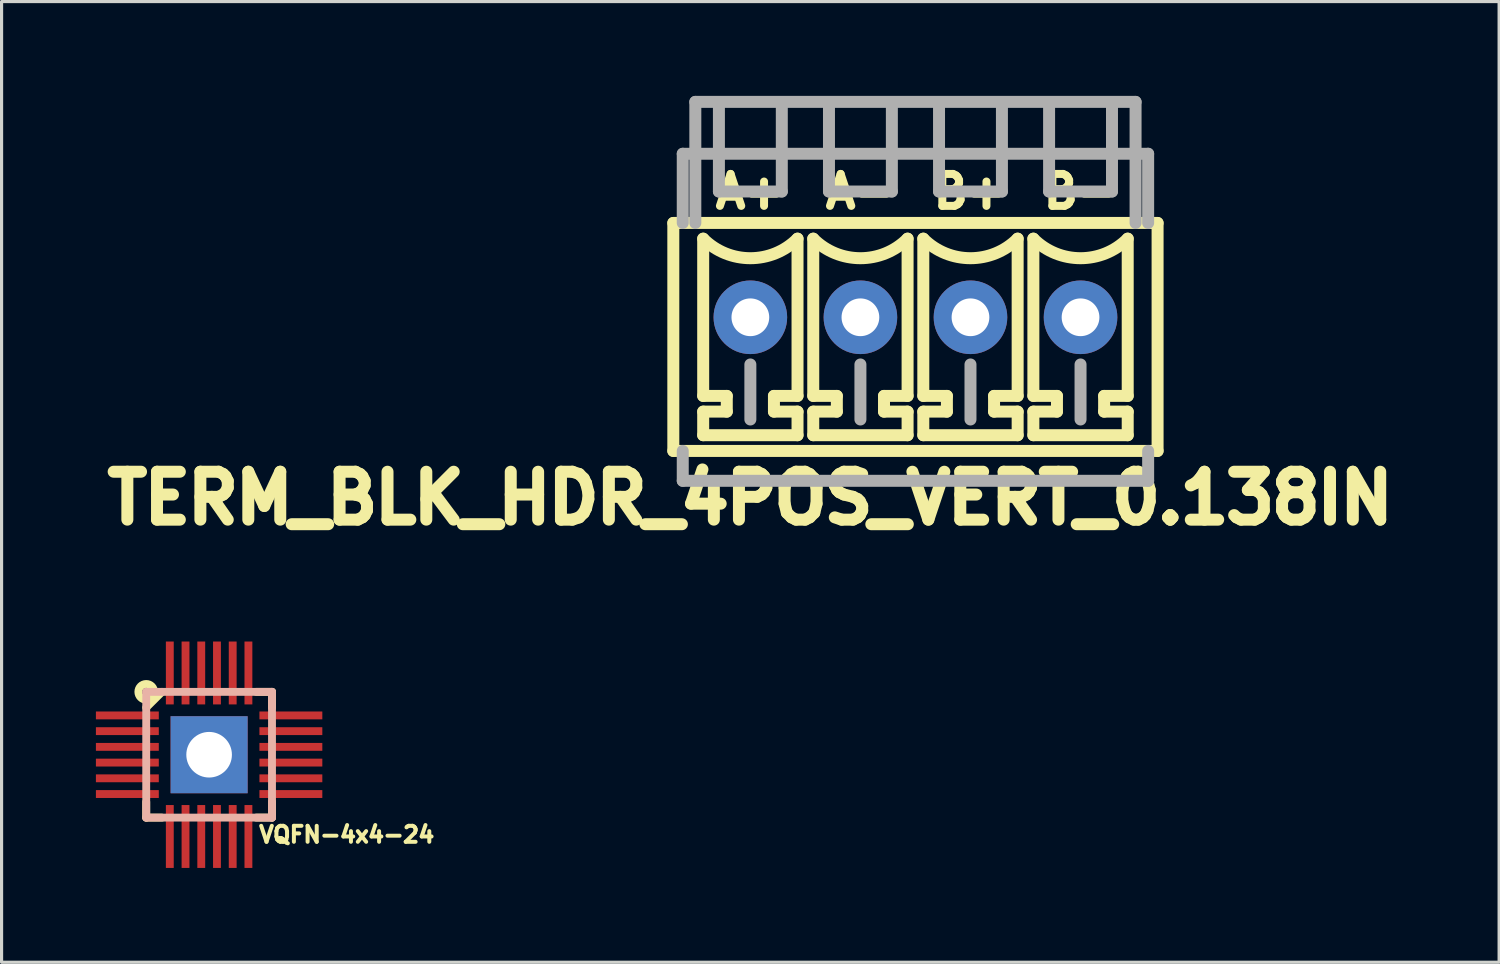
<source format=kicad_pcb>
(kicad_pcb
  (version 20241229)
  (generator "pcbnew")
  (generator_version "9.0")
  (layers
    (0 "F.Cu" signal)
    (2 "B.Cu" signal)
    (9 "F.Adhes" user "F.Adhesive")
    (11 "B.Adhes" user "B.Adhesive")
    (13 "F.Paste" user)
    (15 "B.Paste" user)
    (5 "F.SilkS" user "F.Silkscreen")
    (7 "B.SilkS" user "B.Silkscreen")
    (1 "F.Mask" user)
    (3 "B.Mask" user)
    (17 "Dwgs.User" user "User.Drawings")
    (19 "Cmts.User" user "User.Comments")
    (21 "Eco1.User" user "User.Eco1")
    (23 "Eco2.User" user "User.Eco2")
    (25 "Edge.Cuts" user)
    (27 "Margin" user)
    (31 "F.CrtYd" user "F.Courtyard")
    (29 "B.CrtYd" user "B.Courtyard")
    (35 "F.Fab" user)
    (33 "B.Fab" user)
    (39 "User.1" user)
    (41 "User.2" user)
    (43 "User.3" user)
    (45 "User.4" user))
  (footprint "TERM_BLK_HDR_4POS_VERT_0.138IN"
    (layer "F.Cu")
    (at 26.062 7.04)
    (property "Reference" "TERM_BLK_HDR_4POS_VERT_0.138IN" (at -5.25 5.75 180) (layer "F.SilkS") (effects (font (size 1.524 1.524) (thickness 0.381))))
    (attr through_hole)
    (fp_line (start -7.7 -3) (end -7.7 4.25) (stroke (width 0.381) (type solid)) (layer "F.SilkS"))
    (fp_line (start -6.75 -2.5) (end -6.75 2.5) (stroke (width 0.381) (type solid)) (layer "F.SilkS"))
    (fp_line (start -6.75 2.5) (end -6 2.5) (stroke (width 0.381) (type solid)) (layer "F.SilkS"))
    (fp_line (start -6.75 3) (end -6.75 3.75) (stroke (width 0.381) (type solid)) (layer "F.SilkS"))
    (fp_line (start -6.75 3.75) (end -3.75 3.75) (stroke (width 0.381) (type solid)) (layer "F.SilkS"))
    (fp_line (start -6 2.5) (end -6 3) (stroke (width 0.381) (type solid)) (layer "F.SilkS"))
    (fp_line (start -6 3) (end -6.75 3) (stroke (width 0.381) (type solid)) (layer "F.SilkS"))
    (fp_line (start -4.5 2.5) (end -4.5 3) (stroke (width 0.381) (type solid)) (layer "F.SilkS"))
    (fp_line (start -4.5 3) (end -3.75 3) (stroke (width 0.381) (type solid)) (layer "F.SilkS"))
    (fp_line (start -3.75 -2.5) (end -3.75 2.5) (stroke (width 0.381) (type solid)) (layer "F.SilkS"))
    (fp_line (start -3.75 2.5) (end -4.5 2.5) (stroke (width 0.381) (type solid)) (layer "F.SilkS"))
    (fp_line (start -3.75 3) (end -3.75 3.75) (stroke (width 0.381) (type solid)) (layer "F.SilkS"))
    (fp_line (start -3.25 -2.5) (end -3.25 2.5) (stroke (width 0.381) (type solid)) (layer "F.SilkS"))
    (fp_line (start -3.25 2.5) (end -2.5 2.5) (stroke (width 0.381) (type solid)) (layer "F.SilkS"))
    (fp_line (start -3.25 3) (end -3.25 3.75) (stroke (width 0.381) (type solid)) (layer "F.SilkS"))
    (fp_line (start -3.25 3.75) (end -0.25 3.75) (stroke (width 0.381) (type solid)) (layer "F.SilkS"))
    (fp_line (start -2.5 2.5) (end -2.5 3) (stroke (width 0.381) (type solid)) (layer "F.SilkS"))
    (fp_line (start -2.5 3) (end -3.25 3) (stroke (width 0.381) (type solid)) (layer "F.SilkS"))
    (fp_line (start -1 2.5) (end -1 3) (stroke (width 0.381) (type solid)) (layer "F.SilkS"))
    (fp_line (start -1 3) (end -0.25 3) (stroke (width 0.381) (type solid)) (layer "F.SilkS"))
    (fp_line (start -0.25 -2.5) (end -0.25 2.5) (stroke (width 0.381) (type solid)) (layer "F.SilkS"))
    (fp_line (start -0.25 2.5) (end -1 2.5) (stroke (width 0.381) (type solid)) (layer "F.SilkS"))
    (fp_line (start -0.25 3) (end -0.25 3.75) (stroke (width 0.381) (type solid)) (layer "F.SilkS"))
    (fp_line (start 0.25 -2.5) (end 0.25 2.5) (stroke (width 0.381) (type solid)) (layer "F.SilkS"))
    (fp_line (start 0.25 2.5) (end 1 2.5) (stroke (width 0.381) (type solid)) (layer "F.SilkS"))
    (fp_line (start 0.25 3) (end 0.25 3.75) (stroke (width 0.381) (type solid)) (layer "F.SilkS"))
    (fp_line (start 0.25 3.75) (end 3.25 3.75) (stroke (width 0.381) (type solid)) (layer "F.SilkS"))
    (fp_line (start 1 2.5) (end 1 3) (stroke (width 0.381) (type solid)) (layer "F.SilkS"))
    (fp_line (start 1 3) (end 0.25 3) (stroke (width 0.381) (type solid)) (layer "F.SilkS"))
    (fp_line (start 2.5 2.5) (end 2.5 3) (stroke (width 0.381) (type solid)) (layer "F.SilkS"))
    (fp_line (start 2.5 3) (end 3.25 3) (stroke (width 0.381) (type solid)) (layer "F.SilkS"))
    (fp_line (start 3.25 -2.5) (end 3.25 2.5) (stroke (width 0.381) (type solid)) (layer "F.SilkS"))
    (fp_line (start 3.25 2.5) (end 2.5 2.5) (stroke (width 0.381) (type solid)) (layer "F.SilkS"))
    (fp_line (start 3.25 3) (end 3.25 3.75) (stroke (width 0.381) (type solid)) (layer "F.SilkS"))
    (fp_line (start 3.75 -2.5) (end 3.75 2.5) (stroke (width 0.381) (type solid)) (layer "F.SilkS"))
    (fp_line (start 3.75 2.5) (end 4.5 2.5) (stroke (width 0.381) (type solid)) (layer "F.SilkS"))
    (fp_line (start 3.75 3) (end 3.75 3.75) (stroke (width 0.381) (type solid)) (layer "F.SilkS"))
    (fp_line (start 3.75 3.75) (end 6.75 3.75) (stroke (width 0.381) (type solid)) (layer "F.SilkS"))
    (fp_line (start 4.5 2.5) (end 4.5 3) (stroke (width 0.381) (type solid)) (layer "F.SilkS"))
    (fp_line (start 4.5 3) (end 3.75 3) (stroke (width 0.381) (type solid)) (layer "F.SilkS"))
    (fp_line (start 6 2.5) (end 6 3) (stroke (width 0.381) (type solid)) (layer "F.SilkS"))
    (fp_line (start 6 3) (end 6.75 3) (stroke (width 0.381) (type solid)) (layer "F.SilkS"))
    (fp_line (start 6.75 -2.5) (end 6.75 2.5) (stroke (width 0.381) (type solid)) (layer "F.SilkS"))
    (fp_line (start 6.75 2.5) (end 6 2.5) (stroke (width 0.381) (type solid)) (layer "F.SilkS"))
    (fp_line (start 6.75 3) (end 6.75 3.75) (stroke (width 0.381) (type solid)) (layer "F.SilkS"))
    (fp_line (start 7.7 -3) (end -7.7 -3) (stroke (width 0.381) (type solid)) (layer "F.SilkS"))
    (fp_line (start 7.7 -3) (end 7.7 4.25) (stroke (width 0.381) (type solid)) (layer "F.SilkS"))
    (fp_line (start 7.7 4.25) (end -7.7 4.25) (stroke (width 0.381) (type solid)) (layer "F.SilkS"))
    (fp_arc (start -3.75 -2.5) (mid -5.25 -1.87868) (end -6.75 -2.5) (stroke (width 0.381) (type solid)) (layer "F.SilkS"))
    (fp_arc (start -0.25 -2.5) (mid -1.75 -1.87868) (end -3.25 -2.5) (stroke (width 0.381) (type solid)) (layer "F.SilkS"))
    (fp_arc (start 3.25 -2.5) (mid 1.75 -1.87868) (end 0.25 -2.5) (stroke (width 0.381) (type solid)) (layer "F.SilkS"))
    (fp_arc (start 6.75 -2.5) (mid 5.25 -1.87868) (end 3.75 -2.5) (stroke (width 0.381) (type solid)) (layer "F.SilkS"))
    (fp_line (start -7.4 -5.2) (end 7.4 -5.2) (stroke (width 0.381) (type solid)) (layer "F.Fab"))
    (fp_line (start -7.4 -3) (end -7.4 -5.2) (stroke (width 0.381) (type solid)) (layer "F.Fab"))
    (fp_line (start -7.4 4.25) (end -7.4 5.2) (stroke (width 0.381) (type solid)) (layer "F.Fab"))
    (fp_line (start -7.4 5.2) (end 7.4 5.2) (stroke (width 0.381) (type solid)) (layer "F.Fab"))
    (fp_line (start -7 -6.85) (end 7 -6.85) (stroke (width 0.381) (type solid)) (layer "F.Fab"))
    (fp_line (start -7 -3) (end -7 -6.85) (stroke (width 0.381) (type solid)) (layer "F.Fab"))
    (fp_line (start -6.25 -6.75) (end -6.25 -4) (stroke (width 0.381) (type solid)) (layer "F.Fab"))
    (fp_line (start -6.25 -4) (end -4.25 -4) (stroke (width 0.381) (type solid)) (layer "F.Fab"))
    (fp_line (start -5.25 1.5) (end -5.25 3.25) (stroke (width 0.381) (type solid)) (layer "F.Fab"))
    (fp_line (start -4.25 -4) (end -4.25 -6.75) (stroke (width 0.381) (type solid)) (layer "F.Fab"))
    (fp_line (start -2.75 -6.75) (end -2.75 -4) (stroke (width 0.381) (type solid)) (layer "F.Fab"))
    (fp_line (start -2.75 -4) (end -0.75 -4) (stroke (width 0.381) (type solid)) (layer "F.Fab"))
    (fp_line (start -1.75 1.5) (end -1.75 3.25) (stroke (width 0.381) (type solid)) (layer "F.Fab"))
    (fp_line (start -0.75 -4) (end -0.75 -6.75) (stroke (width 0.381) (type solid)) (layer "F.Fab"))
    (fp_line (start 0.75 -6.75) (end 0.75 -4) (stroke (width 0.381) (type solid)) (layer "F.Fab"))
    (fp_line (start 0.75 -4) (end 2.75 -4) (stroke (width 0.381) (type solid)) (layer "F.Fab"))
    (fp_line (start 1.75 1.5) (end 1.75 3.25) (stroke (width 0.381) (type solid)) (layer "F.Fab"))
    (fp_line (start 2.75 -4) (end 2.75 -6.75) (stroke (width 0.381) (type solid)) (layer "F.Fab"))
    (fp_line (start 4.25 -6.75) (end 4.25 -4) (stroke (width 0.381) (type solid)) (layer "F.Fab"))
    (fp_line (start 4.25 -4) (end 6.25 -4) (stroke (width 0.381) (type solid)) (layer "F.Fab"))
    (fp_line (start 5.25 1.5) (end 5.25 3.25) (stroke (width 0.381) (type solid)) (layer "F.Fab"))
    (fp_line (start 6.25 -4) (end 6.25 -6.75) (stroke (width 0.381) (type solid)) (layer "F.Fab"))
    (fp_line (start 7 -6.85) (end 7 -3) (stroke (width 0.381) (type solid)) (layer "F.Fab"))
    (fp_line (start 7.4 -5.2) (end 7.4 -3) (stroke (width 0.381) (type solid)) (layer "F.Fab"))
    (fp_line (start 7.4 5.2) (end 7.4 4.25) (stroke (width 0.381) (type solid)) (layer "F.Fab"))
    (fp_text user "B+" (at 1.75 -4 0) (layer "F.SilkS") (effects (font (size 1.016 1.016) (thickness 0.254))))
    (fp_text user "A+" (at -5.25 -4 0) (layer "F.SilkS") (effects (font (size 1.016 1.016) (thickness 0.254))))
    (fp_text user "A-" (at -1.75 -4 0) (layer "F.SilkS") (effects (font (size 1.016 1.016) (thickness 0.254))))
    (fp_text user "B-" (at 5.25 -4 0) (layer "F.SilkS") (effects (font (size 1.016 1.016) (thickness 0.254))))
    (pad "1" thru_hole circle (at 5.25 0) (size 2.34 2.34) (drill 1.2) (layers "*.Cu" "*.Mask"))
    (pad "2" thru_hole circle (at 1.75 0) (size 2.34 2.34) (drill 1.2) (layers "*.Cu" "*.Mask"))
    (pad "3" thru_hole circle (at -1.75 0) (size 2.34 2.34) (drill 1.2) (layers "*.Cu" "*.Mask"))
    (pad "4" thru_hole circle (at -5.25 0) (size 2.34 2.34) (drill 1.2) (layers "*.Cu" "*.Mask")))
  (footprint "VQFN-4x4-24"
    (layer "F.Cu")
    (at 3.6 20.951)
    (property "Reference" "VQFN-4x4-24" (at 1.524 2.54 0) (layer "F.SilkS") (effects (font (size 0.508 0.508) (thickness 0.127)) (justify left)))
    (attr through_hole)
    (fp_line (start -2 1.5) (end -2 2) (stroke (width 0.25) (type solid)) (layer "F.SilkS"))
    (fp_line (start -2 2) (end -1.5 2) (stroke (width 0.25) (type solid)) (layer "F.SilkS"))
    (fp_line (start -1.5 -2) (end -2 -1.5) (stroke (width 0.25) (type solid)) (layer "F.SilkS"))
    (fp_line (start 1.5 -2) (end 2 -2) (stroke (width 0.25) (type solid)) (layer "F.SilkS"))
    (fp_line (start 2 -2) (end 2 -1.5) (stroke (width 0.25) (type solid)) (layer "F.SilkS"))
    (fp_line (start 2 1.5) (end 2 2) (stroke (width 0.25) (type solid)) (layer "F.SilkS"))
    (fp_line (start 2 2) (end 1.5 2) (stroke (width 0.25) (type solid)) (layer "F.SilkS"))
    (fp_circle (center -2 -2) (end -2 -2.25) (stroke (width 0.25) (type solid)) (fill no) (layer "F.SilkS"))
    (fp_line (start -2 -2) (end -2 2) (stroke (width 0.25) (type solid)) (layer "B.SilkS"))
    (fp_line (start -2 2) (end 2 2) (stroke (width 0.25) (type solid)) (layer "B.SilkS"))
    (fp_line (start 2 -2) (end -2 -2) (stroke (width 0.25) (type solid)) (layer "B.SilkS"))
    (fp_line (start 2 2) (end 2 -2) (stroke (width 0.25) (type solid)) (layer "B.SilkS"))
    (pad "1" smd rect (at -2.6 -1.25) (size 2 0.25) (layers "F.Cu" "F.Mask" "F.Paste"))
    (pad "2" smd rect (at -2.6 -0.75) (size 2 0.25) (layers "F.Cu" "F.Mask" "F.Paste"))
    (pad "3" smd rect (at -2.6 -0.25) (size 2 0.25) (layers "F.Cu" "F.Mask" "F.Paste"))
    (pad "4" smd rect (at -2.6 0.25) (size 2 0.25) (layers "F.Cu" "F.Mask" "F.Paste"))
    (pad "5" smd rect (at -2.6 0.75) (size 2 0.25) (layers "F.Cu" "F.Mask" "F.Paste"))
    (pad "6" smd rect (at -2.6 1.25) (size 2 0.25) (layers "F.Cu" "F.Mask" "F.Paste"))
    (pad "7" smd rect (at -1.25 2.6) (size 0.25 2) (layers "F.Cu" "F.Mask" "F.Paste"))
    (pad "8" smd rect (at -0.75 2.6) (size 0.25 2) (layers "F.Cu" "F.Mask" "F.Paste"))
    (pad "9" smd rect (at -0.25 2.6) (size 0.25 2) (layers "F.Cu" "F.Mask" "F.Paste"))
    (pad "10" smd rect (at 0.25 2.6) (size 0.25 2) (layers "F.Cu" "F.Mask" "F.Paste"))
    (pad "11" smd rect (at 0.75 2.6) (size 0.25 2) (layers "F.Cu" "F.Mask" "F.Paste"))
    (pad "12" smd rect (at 1.25 2.6) (size 0.25 2) (layers "F.Cu" "F.Mask" "F.Paste"))
    (pad "13" smd rect (at 2.6 1.25) (size 2 0.25) (layers "F.Cu" "F.Mask" "F.Paste"))
    (pad "14" smd rect (at 2.6 0.75) (size 2 0.25) (layers "F.Cu" "F.Mask" "F.Paste"))
    (pad "15" smd rect (at 2.6 0.25) (size 2 0.25) (layers "F.Cu" "F.Mask" "F.Paste"))
    (pad "16" smd rect (at 2.6 -0.25) (size 2 0.25) (layers "F.Cu" "F.Mask" "F.Paste"))
    (pad "17" smd rect (at 2.6 -0.75) (size 2 0.25) (layers "F.Cu" "F.Mask" "F.Paste"))
    (pad "18" smd rect (at 2.6 -1.25) (size 2 0.25) (layers "F.Cu" "F.Mask" "F.Paste"))
    (pad "19" smd rect (at 1.25 -2.6) (size 0.25 2) (layers "F.Cu" "F.Mask" "F.Paste"))
    (pad "20" smd rect (at 0.75 -2.6) (size 0.25 2) (layers "F.Cu" "F.Mask" "F.Paste"))
    (pad "21" smd rect (at 0.25 -2.6) (size 0.25 2) (layers "F.Cu" "F.Mask" "F.Paste"))
    (pad "22" smd rect (at -0.25 -2.6) (size 0.25 2) (layers "F.Cu" "F.Mask" "F.Paste"))
    (pad "23" smd rect (at -0.75 -2.6) (size 0.25 2) (layers "F.Cu" "F.Mask" "F.Paste"))
    (pad "24" smd rect (at -1.25 -2.6) (size 0.25 2) (layers "F.Cu" "F.Mask" "F.Paste"))
    (pad "PAD" thru_hole rect (at 0 0) (size 2.45 2.45) (drill 1.45) (layers "*.Cu" "*.Mask")))
  (gr_rect
    (start -3 -3)
    (end 44.623 27.551)
    (stroke (width 0.1) (type default))
    (fill no)
    (layer "Edge.Cuts")))
</source>
